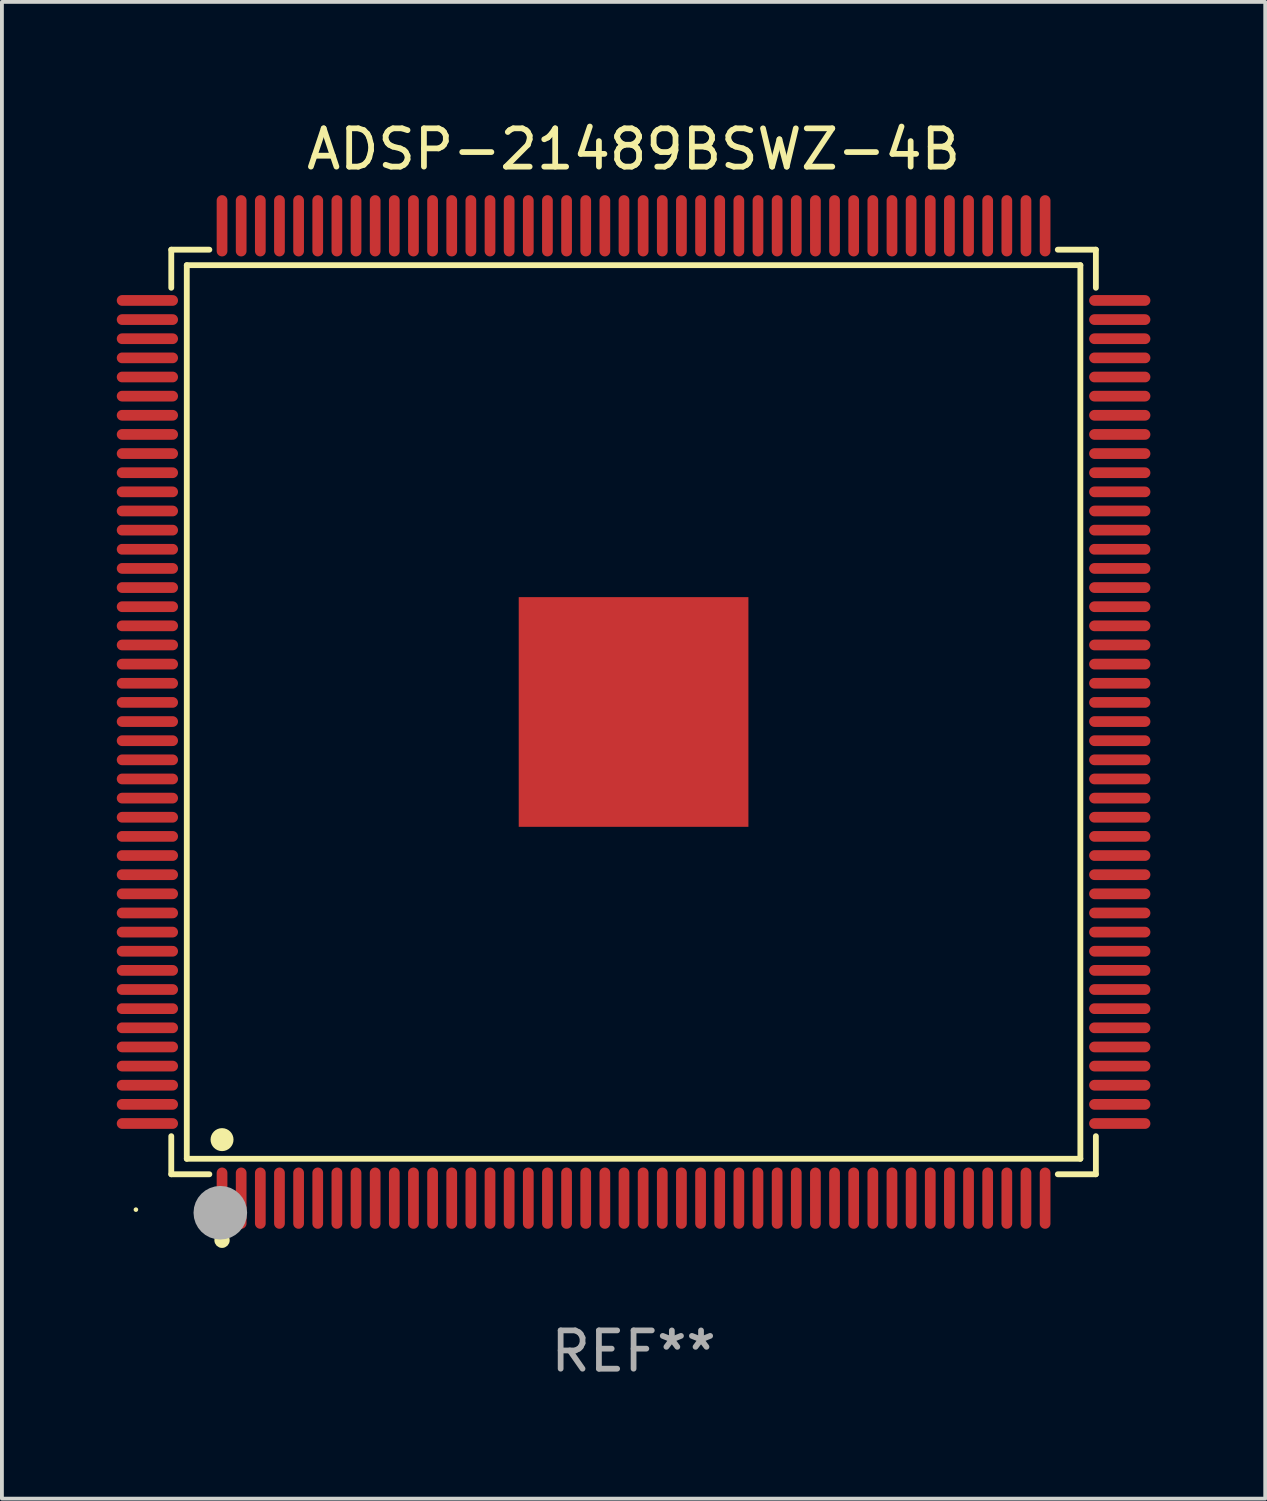
<source format=kicad_pcb>
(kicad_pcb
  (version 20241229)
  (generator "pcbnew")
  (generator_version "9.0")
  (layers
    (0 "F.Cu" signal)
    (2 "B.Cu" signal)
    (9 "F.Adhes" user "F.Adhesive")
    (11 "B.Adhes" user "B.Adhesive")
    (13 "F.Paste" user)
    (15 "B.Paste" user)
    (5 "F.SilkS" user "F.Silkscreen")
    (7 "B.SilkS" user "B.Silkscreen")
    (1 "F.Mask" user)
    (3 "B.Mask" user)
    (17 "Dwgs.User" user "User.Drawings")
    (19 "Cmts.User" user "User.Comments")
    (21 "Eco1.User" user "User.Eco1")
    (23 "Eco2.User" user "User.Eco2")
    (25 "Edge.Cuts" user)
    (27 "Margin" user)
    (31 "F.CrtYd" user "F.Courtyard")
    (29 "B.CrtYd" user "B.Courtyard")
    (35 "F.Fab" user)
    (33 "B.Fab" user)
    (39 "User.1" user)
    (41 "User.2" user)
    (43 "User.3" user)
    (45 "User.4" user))
  (footprint "ADSP-21489BSWZ-4B"
    (layer "F.Cu")
    (at 13.5 15.548)
    (property "Reference" "ADSP-21489BSWZ-4B" (at 0 -14.7 0) (layer "F.SilkS") (effects (font (size 1 1) (thickness 0.15))))
    (attr through_hole)
    (fp_line (start -12.076 -12.076) (end -11.081 -12.076) (stroke (width 0.152) (type solid)) (layer "F.SilkS"))
    (fp_line (start -12.076 -11.081) (end -12.076 -12.076) (stroke (width 0.152) (type solid)) (layer "F.SilkS"))
    (fp_line (start -12.076 11.081) (end -12.076 12.076) (stroke (width 0.152) (type solid)) (layer "F.SilkS"))
    (fp_line (start -12.076 12.076) (end -11.081 12.076) (stroke (width 0.152) (type solid)) (layer "F.SilkS"))
    (fp_line (start -11.671 -11.671) (end 11.671 -11.671) (stroke (width 0.152) (type solid)) (layer "F.SilkS"))
    (fp_line (start -11.671 11.671) (end -11.671 -11.671) (stroke (width 0.152) (type solid)) (layer "F.SilkS"))
    (fp_line (start 11.671 -11.671) (end 11.671 11.671) (stroke (width 0.152) (type solid)) (layer "F.SilkS"))
    (fp_line (start 11.671 11.671) (end -11.671 11.671) (stroke (width 0.152) (type solid)) (layer "F.SilkS"))
    (fp_line (start 12.076 -12.076) (end 11.081 -12.076) (stroke (width 0.152) (type solid)) (layer "F.SilkS"))
    (fp_line (start 12.076 -11.081) (end 12.076 -12.076) (stroke (width 0.152) (type solid)) (layer "F.SilkS"))
    (fp_line (start 12.076 11.081) (end 12.076 12.076) (stroke (width 0.152) (type solid)) (layer "F.SilkS"))
    (fp_line (start 12.076 12.076) (end 11.081 12.076) (stroke (width 0.152) (type solid)) (layer "F.SilkS"))
    (fp_circle (center -13 13) (end -12.97 13) (stroke (width 0.06) (type solid)) (fill no) (layer "F.SilkS"))
    (fp_circle (center -10.75 11.171) (end -10.6 11.171) (stroke (width 0.3) (type solid)) (fill no) (layer "F.SilkS"))
    (fp_circle (center -10.75 13.8) (end -10.65 13.8) (stroke (width 0.2) (type solid)) (fill no) (layer "F.SilkS"))
    (fp_circle (center -10.795 13.081) (end -10.445 13.081) (stroke (width 0.7) (type solid)) (fill no) (layer "F.Fab"))
    (fp_text user "REF**" (at 0 16.7 0) (layer "F.Fab") (effects (font (size 1 1) (thickness 0.15))))
    (pad "1" smd oval (at -10.75 12.7) (size 0.28 1.6) (layers "F.Cu" "F.Mask" "F.Paste"))
    (pad "2" smd oval (at -10.25 12.7) (size 0.28 1.6) (layers "F.Cu" "F.Mask" "F.Paste"))
    (pad "3" smd oval (at -9.75 12.7) (size 0.28 1.6) (layers "F.Cu" "F.Mask" "F.Paste"))
    (pad "4" smd oval (at -9.25 12.7) (size 0.28 1.6) (layers "F.Cu" "F.Mask" "F.Paste"))
    (pad "5" smd oval (at -8.75 12.7) (size 0.28 1.6) (layers "F.Cu" "F.Mask" "F.Paste"))
    (pad "6" smd oval (at -8.25 12.7) (size 0.28 1.6) (layers "F.Cu" "F.Mask" "F.Paste"))
    (pad "7" smd oval (at -7.75 12.7) (size 0.28 1.6) (layers "F.Cu" "F.Mask" "F.Paste"))
    (pad "8" smd oval (at -7.25 12.7) (size 0.28 1.6) (layers "F.Cu" "F.Mask" "F.Paste"))
    (pad "9" smd oval (at -6.75 12.7) (size 0.28 1.6) (layers "F.Cu" "F.Mask" "F.Paste"))
    (pad "10" smd oval (at -6.25 12.7) (size 0.28 1.6) (layers "F.Cu" "F.Mask" "F.Paste"))
    (pad "11" smd oval (at -5.75 12.7) (size 0.28 1.6) (layers "F.Cu" "F.Mask" "F.Paste"))
    (pad "12" smd oval (at -5.25 12.7) (size 0.28 1.6) (layers "F.Cu" "F.Mask" "F.Paste"))
    (pad "13" smd oval (at -4.75 12.7) (size 0.28 1.6) (layers "F.Cu" "F.Mask" "F.Paste"))
    (pad "14" smd oval (at -4.25 12.7) (size 0.28 1.6) (layers "F.Cu" "F.Mask" "F.Paste"))
    (pad "15" smd oval (at -3.75 12.7) (size 0.28 1.6) (layers "F.Cu" "F.Mask" "F.Paste"))
    (pad "16" smd oval (at -3.25 12.7) (size 0.28 1.6) (layers "F.Cu" "F.Mask" "F.Paste"))
    (pad "17" smd oval (at -2.75 12.7) (size 0.28 1.6) (layers "F.Cu" "F.Mask" "F.Paste"))
    (pad "18" smd oval (at -2.25 12.7) (size 0.28 1.6) (layers "F.Cu" "F.Mask" "F.Paste"))
    (pad "19" smd oval (at -1.75 12.7) (size 0.28 1.6) (layers "F.Cu" "F.Mask" "F.Paste"))
    (pad "20" smd oval (at -1.25 12.7) (size 0.28 1.6) (layers "F.Cu" "F.Mask" "F.Paste"))
    (pad "21" smd oval (at -0.75 12.7) (size 0.28 1.6) (layers "F.Cu" "F.Mask" "F.Paste"))
    (pad "22" smd oval (at -0.25 12.7) (size 0.28 1.6) (layers "F.Cu" "F.Mask" "F.Paste"))
    (pad "23" smd oval (at 0.25 12.7) (size 0.28 1.6) (layers "F.Cu" "F.Mask" "F.Paste"))
    (pad "24" smd oval (at 0.75 12.7) (size 0.28 1.6) (layers "F.Cu" "F.Mask" "F.Paste"))
    (pad "25" smd oval (at 1.25 12.7) (size 0.28 1.6) (layers "F.Cu" "F.Mask" "F.Paste"))
    (pad "26" smd oval (at 1.75 12.7) (size 0.28 1.6) (layers "F.Cu" "F.Mask" "F.Paste"))
    (pad "27" smd oval (at 2.25 12.7) (size 0.28 1.6) (layers "F.Cu" "F.Mask" "F.Paste"))
    (pad "28" smd oval (at 2.75 12.7) (size 0.28 1.6) (layers "F.Cu" "F.Mask" "F.Paste"))
    (pad "29" smd oval (at 3.25 12.7) (size 0.28 1.6) (layers "F.Cu" "F.Mask" "F.Paste"))
    (pad "30" smd oval (at 3.75 12.7) (size 0.28 1.6) (layers "F.Cu" "F.Mask" "F.Paste"))
    (pad "31" smd oval (at 4.25 12.7) (size 0.28 1.6) (layers "F.Cu" "F.Mask" "F.Paste"))
    (pad "32" smd oval (at 4.75 12.7) (size 0.28 1.6) (layers "F.Cu" "F.Mask" "F.Paste"))
    (pad "33" smd oval (at 5.25 12.7) (size 0.28 1.6) (layers "F.Cu" "F.Mask" "F.Paste"))
    (pad "34" smd oval (at 5.75 12.7) (size 0.28 1.6) (layers "F.Cu" "F.Mask" "F.Paste"))
    (pad "35" smd oval (at 6.25 12.7) (size 0.28 1.6) (layers "F.Cu" "F.Mask" "F.Paste"))
    (pad "36" smd oval (at 6.75 12.7) (size 0.28 1.6) (layers "F.Cu" "F.Mask" "F.Paste"))
    (pad "37" smd oval (at 7.25 12.7) (size 0.28 1.6) (layers "F.Cu" "F.Mask" "F.Paste"))
    (pad "38" smd oval (at 7.75 12.7) (size 0.28 1.6) (layers "F.Cu" "F.Mask" "F.Paste"))
    (pad "39" smd oval (at 8.25 12.7) (size 0.28 1.6) (layers "F.Cu" "F.Mask" "F.Paste"))
    (pad "40" smd oval (at 8.75 12.7) (size 0.28 1.6) (layers "F.Cu" "F.Mask" "F.Paste"))
    (pad "41" smd oval (at 9.25 12.7) (size 0.28 1.6) (layers "F.Cu" "F.Mask" "F.Paste"))
    (pad "42" smd oval (at 9.75 12.7) (size 0.28 1.6) (layers "F.Cu" "F.Mask" "F.Paste"))
    (pad "43" smd oval (at 10.25 12.7) (size 0.28 1.6) (layers "F.Cu" "F.Mask" "F.Paste"))
    (pad "44" smd oval (at 10.75 12.7) (size 0.28 1.6) (layers "F.Cu" "F.Mask" "F.Paste"))
    (pad "45" smd oval (at 12.7 10.75) (size 1.6 0.28) (layers "F.Cu" "F.Mask" "F.Paste"))
    (pad "46" smd oval (at 12.7 10.25) (size 1.6 0.28) (layers "F.Cu" "F.Mask" "F.Paste"))
    (pad "47" smd oval (at 12.7 9.75) (size 1.6 0.28) (layers "F.Cu" "F.Mask" "F.Paste"))
    (pad "48" smd oval (at 12.7 9.25) (size 1.6 0.28) (layers "F.Cu" "F.Mask" "F.Paste"))
    (pad "49" smd oval (at 12.7 8.75) (size 1.6 0.28) (layers "F.Cu" "F.Mask" "F.Paste"))
    (pad "50" smd oval (at 12.7 8.25) (size 1.6 0.28) (layers "F.Cu" "F.Mask" "F.Paste"))
    (pad "51" smd oval (at 12.7 7.75) (size 1.6 0.28) (layers "F.Cu" "F.Mask" "F.Paste"))
    (pad "52" smd oval (at 12.7 7.25) (size 1.6 0.28) (layers "F.Cu" "F.Mask" "F.Paste"))
    (pad "53" smd oval (at 12.7 6.75) (size 1.6 0.28) (layers "F.Cu" "F.Mask" "F.Paste"))
    (pad "54" smd oval (at 12.7 6.25) (size 1.6 0.28) (layers "F.Cu" "F.Mask" "F.Paste"))
    (pad "55" smd oval (at 12.7 5.75) (size 1.6 0.28) (layers "F.Cu" "F.Mask" "F.Paste"))
    (pad "56" smd oval (at 12.7 5.25) (size 1.6 0.28) (layers "F.Cu" "F.Mask" "F.Paste"))
    (pad "57" smd oval (at 12.7 4.75) (size 1.6 0.28) (layers "F.Cu" "F.Mask" "F.Paste"))
    (pad "58" smd oval (at 12.7 4.25) (size 1.6 0.28) (layers "F.Cu" "F.Mask" "F.Paste"))
    (pad "59" smd oval (at 12.7 3.75) (size 1.6 0.28) (layers "F.Cu" "F.Mask" "F.Paste"))
    (pad "60" smd oval (at 12.7 3.25) (size 1.6 0.28) (layers "F.Cu" "F.Mask" "F.Paste"))
    (pad "61" smd oval (at 12.7 2.75) (size 1.6 0.28) (layers "F.Cu" "F.Mask" "F.Paste"))
    (pad "62" smd oval (at 12.7 2.25) (size 1.6 0.28) (layers "F.Cu" "F.Mask" "F.Paste"))
    (pad "63" smd oval (at 12.7 1.75) (size 1.6 0.28) (layers "F.Cu" "F.Mask" "F.Paste"))
    (pad "64" smd oval (at 12.7 1.25) (size 1.6 0.28) (layers "F.Cu" "F.Mask" "F.Paste"))
    (pad "65" smd oval (at 12.7 0.75) (size 1.6 0.28) (layers "F.Cu" "F.Mask" "F.Paste"))
    (pad "66" smd oval (at 12.7 0.25) (size 1.6 0.28) (layers "F.Cu" "F.Mask" "F.Paste"))
    (pad "67" smd oval (at 12.7 -0.25) (size 1.6 0.28) (layers "F.Cu" "F.Mask" "F.Paste"))
    (pad "68" smd oval (at 12.7 -0.75) (size 1.6 0.28) (layers "F.Cu" "F.Mask" "F.Paste"))
    (pad "69" smd oval (at 12.7 -1.25) (size 1.6 0.28) (layers "F.Cu" "F.Mask" "F.Paste"))
    (pad "70" smd oval (at 12.7 -1.75) (size 1.6 0.28) (layers "F.Cu" "F.Mask" "F.Paste"))
    (pad "71" smd oval (at 12.7 -2.25) (size 1.6 0.28) (layers "F.Cu" "F.Mask" "F.Paste"))
    (pad "72" smd oval (at 12.7 -2.75) (size 1.6 0.28) (layers "F.Cu" "F.Mask" "F.Paste"))
    (pad "73" smd oval (at 12.7 -3.25) (size 1.6 0.28) (layers "F.Cu" "F.Mask" "F.Paste"))
    (pad "74" smd oval (at 12.7 -3.75) (size 1.6 0.28) (layers "F.Cu" "F.Mask" "F.Paste"))
    (pad "75" smd oval (at 12.7 -4.25) (size 1.6 0.28) (layers "F.Cu" "F.Mask" "F.Paste"))
    (pad "76" smd oval (at 12.7 -4.75) (size 1.6 0.28) (layers "F.Cu" "F.Mask" "F.Paste"))
    (pad "77" smd oval (at 12.7 -5.25) (size 1.6 0.28) (layers "F.Cu" "F.Mask" "F.Paste"))
    (pad "78" smd oval (at 12.7 -5.75) (size 1.6 0.28) (layers "F.Cu" "F.Mask" "F.Paste"))
    (pad "79" smd oval (at 12.7 -6.25) (size 1.6 0.28) (layers "F.Cu" "F.Mask" "F.Paste"))
    (pad "80" smd oval (at 12.7 -6.75) (size 1.6 0.28) (layers "F.Cu" "F.Mask" "F.Paste"))
    (pad "81" smd oval (at 12.7 -7.25) (size 1.6 0.28) (layers "F.Cu" "F.Mask" "F.Paste"))
    (pad "82" smd oval (at 12.7 -7.75) (size 1.6 0.28) (layers "F.Cu" "F.Mask" "F.Paste"))
    (pad "83" smd oval (at 12.7 -8.25) (size 1.6 0.28) (layers "F.Cu" "F.Mask" "F.Paste"))
    (pad "84" smd oval (at 12.7 -8.75) (size 1.6 0.28) (layers "F.Cu" "F.Mask" "F.Paste"))
    (pad "85" smd oval (at 12.7 -9.25) (size 1.6 0.28) (layers "F.Cu" "F.Mask" "F.Paste"))
    (pad "86" smd oval (at 12.7 -9.75) (size 1.6 0.28) (layers "F.Cu" "F.Mask" "F.Paste"))
    (pad "87" smd oval (at 12.7 -10.25) (size 1.6 0.28) (layers "F.Cu" "F.Mask" "F.Paste"))
    (pad "88" smd oval (at 12.7 -10.75) (size 1.6 0.28) (layers "F.Cu" "F.Mask" "F.Paste"))
    (pad "89" smd oval (at 10.75 -12.7) (size 0.28 1.6) (layers "F.Cu" "F.Mask" "F.Paste"))
    (pad "90" smd oval (at 10.25 -12.7) (size 0.28 1.6) (layers "F.Cu" "F.Mask" "F.Paste"))
    (pad "91" smd oval (at 9.75 -12.7) (size 0.28 1.6) (layers "F.Cu" "F.Mask" "F.Paste"))
    (pad "92" smd oval (at 9.25 -12.7) (size 0.28 1.6) (layers "F.Cu" "F.Mask" "F.Paste"))
    (pad "93" smd oval (at 8.75 -12.7) (size 0.28 1.6) (layers "F.Cu" "F.Mask" "F.Paste"))
    (pad "94" smd oval (at 8.25 -12.7) (size 0.28 1.6) (layers "F.Cu" "F.Mask" "F.Paste"))
    (pad "95" smd oval (at 7.75 -12.7) (size 0.28 1.6) (layers "F.Cu" "F.Mask" "F.Paste"))
    (pad "96" smd oval (at 7.25 -12.7) (size 0.28 1.6) (layers "F.Cu" "F.Mask" "F.Paste"))
    (pad "97" smd oval (at 6.75 -12.7) (size 0.28 1.6) (layers "F.Cu" "F.Mask" "F.Paste"))
    (pad "98" smd oval (at 6.25 -12.7) (size 0.28 1.6) (layers "F.Cu" "F.Mask" "F.Paste"))
    (pad "99" smd oval (at 5.75 -12.7) (size 0.28 1.6) (layers "F.Cu" "F.Mask" "F.Paste"))
    (pad "100" smd oval (at 5.25 -12.7) (size 0.28 1.6) (layers "F.Cu" "F.Mask" "F.Paste"))
    (pad "101" smd oval (at 4.75 -12.7) (size 0.28 1.6) (layers "F.Cu" "F.Mask" "F.Paste"))
    (pad "102" smd oval (at 4.25 -12.7) (size 0.28 1.6) (layers "F.Cu" "F.Mask" "F.Paste"))
    (pad "103" smd oval (at 3.75 -12.7) (size 0.28 1.6) (layers "F.Cu" "F.Mask" "F.Paste"))
    (pad "104" smd oval (at 3.25 -12.7) (size 0.28 1.6) (layers "F.Cu" "F.Mask" "F.Paste"))
    (pad "105" smd oval (at 2.75 -12.7) (size 0.28 1.6) (layers "F.Cu" "F.Mask" "F.Paste"))
    (pad "106" smd oval (at 2.25 -12.7) (size 0.28 1.6) (layers "F.Cu" "F.Mask" "F.Paste"))
    (pad "107" smd oval (at 1.75 -12.7) (size 0.28 1.6) (layers "F.Cu" "F.Mask" "F.Paste"))
    (pad "108" smd oval (at 1.25 -12.7) (size 0.28 1.6) (layers "F.Cu" "F.Mask" "F.Paste"))
    (pad "109" smd oval (at 0.75 -12.7) (size 0.28 1.6) (layers "F.Cu" "F.Mask" "F.Paste"))
    (pad "110" smd oval (at 0.25 -12.7) (size 0.28 1.6) (layers "F.Cu" "F.Mask" "F.Paste"))
    (pad "111" smd oval (at -0.25 -12.7) (size 0.28 1.6) (layers "F.Cu" "F.Mask" "F.Paste"))
    (pad "112" smd oval (at -0.75 -12.7) (size 0.28 1.6) (layers "F.Cu" "F.Mask" "F.Paste"))
    (pad "113" smd oval (at -1.25 -12.7) (size 0.28 1.6) (layers "F.Cu" "F.Mask" "F.Paste"))
    (pad "114" smd oval (at -1.75 -12.7) (size 0.28 1.6) (layers "F.Cu" "F.Mask" "F.Paste"))
    (pad "115" smd oval (at -2.25 -12.7) (size 0.28 1.6) (layers "F.Cu" "F.Mask" "F.Paste"))
    (pad "116" smd oval (at -2.75 -12.7) (size 0.28 1.6) (layers "F.Cu" "F.Mask" "F.Paste"))
    (pad "117" smd oval (at -3.25 -12.7) (size 0.28 1.6) (layers "F.Cu" "F.Mask" "F.Paste"))
    (pad "118" smd oval (at -3.75 -12.7) (size 0.28 1.6) (layers "F.Cu" "F.Mask" "F.Paste"))
    (pad "119" smd oval (at -4.25 -12.7) (size 0.28 1.6) (layers "F.Cu" "F.Mask" "F.Paste"))
    (pad "120" smd oval (at -4.75 -12.7) (size 0.28 1.6) (layers "F.Cu" "F.Mask" "F.Paste"))
    (pad "121" smd oval (at -5.25 -12.7) (size 0.28 1.6) (layers "F.Cu" "F.Mask" "F.Paste"))
    (pad "122" smd oval (at -5.75 -12.7) (size 0.28 1.6) (layers "F.Cu" "F.Mask" "F.Paste"))
    (pad "123" smd oval (at -6.25 -12.7) (size 0.28 1.6) (layers "F.Cu" "F.Mask" "F.Paste"))
    (pad "124" smd oval (at -6.75 -12.7) (size 0.28 1.6) (layers "F.Cu" "F.Mask" "F.Paste"))
    (pad "125" smd oval (at -7.25 -12.7) (size 0.28 1.6) (layers "F.Cu" "F.Mask" "F.Paste"))
    (pad "126" smd oval (at -7.75 -12.7) (size 0.28 1.6) (layers "F.Cu" "F.Mask" "F.Paste"))
    (pad "127" smd oval (at -8.25 -12.7) (size 0.28 1.6) (layers "F.Cu" "F.Mask" "F.Paste"))
    (pad "128" smd oval (at -8.75 -12.7) (size 0.28 1.6) (layers "F.Cu" "F.Mask" "F.Paste"))
    (pad "129" smd oval (at -9.25 -12.7) (size 0.28 1.6) (layers "F.Cu" "F.Mask" "F.Paste"))
    (pad "130" smd oval (at -9.75 -12.7) (size 0.28 1.6) (layers "F.Cu" "F.Mask" "F.Paste"))
    (pad "131" smd oval (at -10.25 -12.7) (size 0.28 1.6) (layers "F.Cu" "F.Mask" "F.Paste"))
    (pad "132" smd oval (at -10.75 -12.7) (size 0.28 1.6) (layers "F.Cu" "F.Mask" "F.Paste"))
    (pad "133" smd oval (at -12.7 -10.75) (size 1.6 0.28) (layers "F.Cu" "F.Mask" "F.Paste"))
    (pad "134" smd oval (at -12.7 -10.25) (size 1.6 0.28) (layers "F.Cu" "F.Mask" "F.Paste"))
    (pad "135" smd oval (at -12.7 -9.75) (size 1.6 0.28) (layers "F.Cu" "F.Mask" "F.Paste"))
    (pad "136" smd oval (at -12.7 -9.25) (size 1.6 0.28) (layers "F.Cu" "F.Mask" "F.Paste"))
    (pad "137" smd oval (at -12.7 -8.75) (size 1.6 0.28) (layers "F.Cu" "F.Mask" "F.Paste"))
    (pad "138" smd oval (at -12.7 -8.25) (size 1.6 0.28) (layers "F.Cu" "F.Mask" "F.Paste"))
    (pad "139" smd oval (at -12.7 -7.75) (size 1.6 0.28) (layers "F.Cu" "F.Mask" "F.Paste"))
    (pad "140" smd oval (at -12.7 -7.25) (size 1.6 0.28) (layers "F.Cu" "F.Mask" "F.Paste"))
    (pad "141" smd oval (at -12.7 -6.75) (size 1.6 0.28) (layers "F.Cu" "F.Mask" "F.Paste"))
    (pad "142" smd oval (at -12.7 -6.25) (size 1.6 0.28) (layers "F.Cu" "F.Mask" "F.Paste"))
    (pad "143" smd oval (at -12.7 -5.75) (size 1.6 0.28) (layers "F.Cu" "F.Mask" "F.Paste"))
    (pad "144" smd oval (at -12.7 -5.25) (size 1.6 0.28) (layers "F.Cu" "F.Mask" "F.Paste"))
    (pad "145" smd oval (at -12.7 -4.75) (size 1.6 0.28) (layers "F.Cu" "F.Mask" "F.Paste"))
    (pad "146" smd oval (at -12.7 -4.25) (size 1.6 0.28) (layers "F.Cu" "F.Mask" "F.Paste"))
    (pad "147" smd oval (at -12.7 -3.75) (size 1.6 0.28) (layers "F.Cu" "F.Mask" "F.Paste"))
    (pad "148" smd oval (at -12.7 -3.25) (size 1.6 0.28) (layers "F.Cu" "F.Mask" "F.Paste"))
    (pad "149" smd oval (at -12.7 -2.75) (size 1.6 0.28) (layers "F.Cu" "F.Mask" "F.Paste"))
    (pad "150" smd oval (at -12.7 -2.25) (size 1.6 0.28) (layers "F.Cu" "F.Mask" "F.Paste"))
    (pad "151" smd oval (at -12.7 -1.75) (size 1.6 0.28) (layers "F.Cu" "F.Mask" "F.Paste"))
    (pad "152" smd oval (at -12.7 -1.25) (size 1.6 0.28) (layers "F.Cu" "F.Mask" "F.Paste"))
    (pad "153" smd oval (at -12.7 -0.75) (size 1.6 0.28) (layers "F.Cu" "F.Mask" "F.Paste"))
    (pad "154" smd oval (at -12.7 -0.25) (size 1.6 0.28) (layers "F.Cu" "F.Mask" "F.Paste"))
    (pad "155" smd oval (at -12.7 0.25) (size 1.6 0.28) (layers "F.Cu" "F.Mask" "F.Paste"))
    (pad "156" smd oval (at -12.7 0.75) (size 1.6 0.28) (layers "F.Cu" "F.Mask" "F.Paste"))
    (pad "157" smd oval (at -12.7 1.25) (size 1.6 0.28) (layers "F.Cu" "F.Mask" "F.Paste"))
    (pad "158" smd oval (at -12.7 1.75) (size 1.6 0.28) (layers "F.Cu" "F.Mask" "F.Paste"))
    (pad "159" smd oval (at -12.7 2.25) (size 1.6 0.28) (layers "F.Cu" "F.Mask" "F.Paste"))
    (pad "160" smd oval (at -12.7 2.75) (size 1.6 0.28) (layers "F.Cu" "F.Mask" "F.Paste"))
    (pad "161" smd oval (at -12.7 3.25) (size 1.6 0.28) (layers "F.Cu" "F.Mask" "F.Paste"))
    (pad "162" smd oval (at -12.7 3.75) (size 1.6 0.28) (layers "F.Cu" "F.Mask" "F.Paste"))
    (pad "163" smd oval (at -12.7 4.25) (size 1.6 0.28) (layers "F.Cu" "F.Mask" "F.Paste"))
    (pad "164" smd oval (at -12.7 4.75) (size 1.6 0.28) (layers "F.Cu" "F.Mask" "F.Paste"))
    (pad "165" smd oval (at -12.7 5.25) (size 1.6 0.28) (layers "F.Cu" "F.Mask" "F.Paste"))
    (pad "166" smd oval (at -12.7 5.75) (size 1.6 0.28) (layers "F.Cu" "F.Mask" "F.Paste"))
    (pad "167" smd oval (at -12.7 6.25) (size 1.6 0.28) (layers "F.Cu" "F.Mask" "F.Paste"))
    (pad "168" smd oval (at -12.7 6.75) (size 1.6 0.28) (layers "F.Cu" "F.Mask" "F.Paste"))
    (pad "169" smd oval (at -12.7 7.25) (size 1.6 0.28) (layers "F.Cu" "F.Mask" "F.Paste"))
    (pad "170" smd oval (at -12.7 7.75) (size 1.6 0.28) (layers "F.Cu" "F.Mask" "F.Paste"))
    (pad "171" smd oval (at -12.7 8.25) (size 1.6 0.28) (layers "F.Cu" "F.Mask" "F.Paste"))
    (pad "172" smd oval (at -12.7 8.75) (size 1.6 0.28) (layers "F.Cu" "F.Mask" "F.Paste"))
    (pad "173" smd oval (at -12.7 9.25) (size 1.6 0.28) (layers "F.Cu" "F.Mask" "F.Paste"))
    (pad "174" smd oval (at -12.7 9.75) (size 1.6 0.28) (layers "F.Cu" "F.Mask" "F.Paste"))
    (pad "175" smd oval (at -12.7 10.25) (size 1.6 0.28) (layers "F.Cu" "F.Mask" "F.Paste"))
    (pad "176" smd oval (at -12.7 10.75) (size 1.6 0.28) (layers "F.Cu" "F.Mask" "F.Paste"))
    (pad "177" smd rect (at 0 0) (size 6 6) (layers "F.Cu" "F.Mask" "F.Paste")))
  (gr_rect
    (start -3 -3)
    (end 30 36.097)
    (stroke (width 0.1) (type default))
    (fill no)
    (layer "Edge.Cuts")))
</source>
